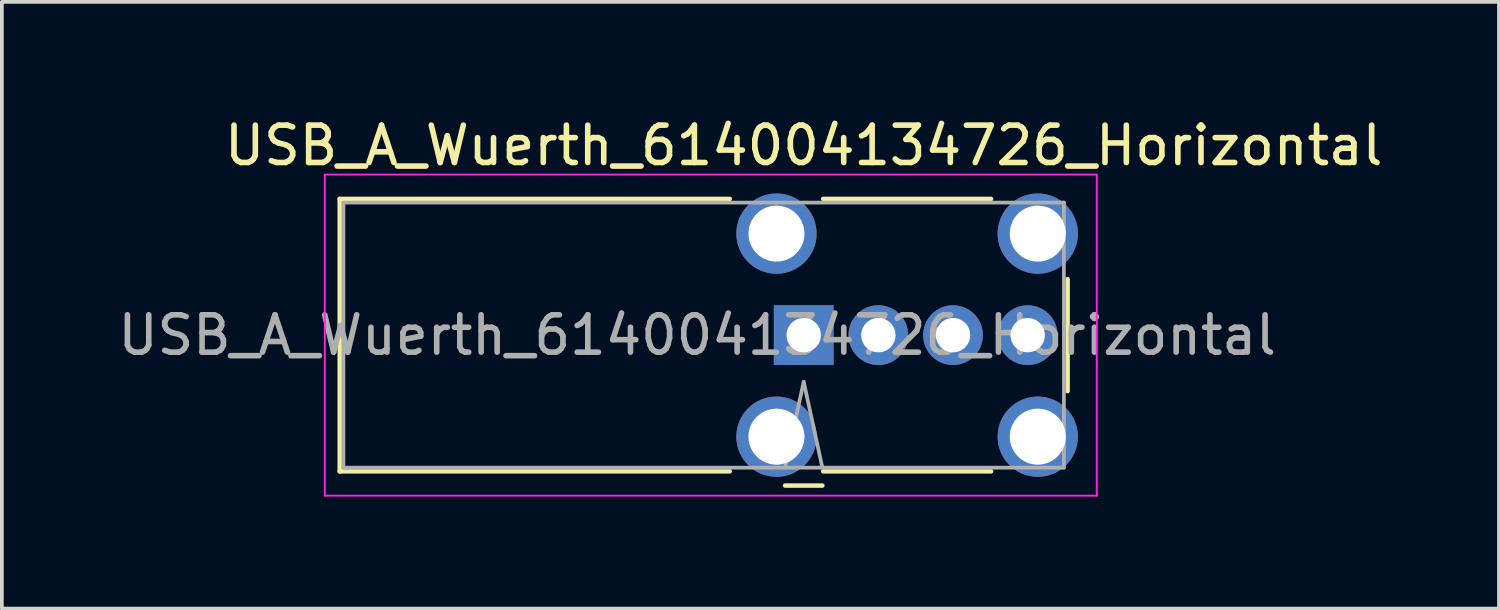
<source format=kicad_pcb>
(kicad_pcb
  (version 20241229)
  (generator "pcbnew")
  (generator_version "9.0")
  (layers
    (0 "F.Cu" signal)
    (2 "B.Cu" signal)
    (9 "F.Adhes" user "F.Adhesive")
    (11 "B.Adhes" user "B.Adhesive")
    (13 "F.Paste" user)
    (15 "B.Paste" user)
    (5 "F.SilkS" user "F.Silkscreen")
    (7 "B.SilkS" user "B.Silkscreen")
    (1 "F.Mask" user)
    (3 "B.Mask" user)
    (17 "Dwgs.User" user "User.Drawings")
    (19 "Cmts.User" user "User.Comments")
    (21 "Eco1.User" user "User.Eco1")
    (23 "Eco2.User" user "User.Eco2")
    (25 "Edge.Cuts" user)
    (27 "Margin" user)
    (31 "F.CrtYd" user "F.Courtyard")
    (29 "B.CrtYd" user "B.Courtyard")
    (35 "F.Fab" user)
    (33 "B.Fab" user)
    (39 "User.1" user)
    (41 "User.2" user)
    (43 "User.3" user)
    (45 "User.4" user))
  (footprint "USB_A_Wuerth_614004134726_Horizontal"
    (layer "F.Cu")
    (at 18.48 5.928)
    (property "Reference" "USB_A_Wuerth_614004134726_Horizontal" (at 0 -5.08 0) (layer "F.SilkS") (effects (font (size 1 1) (thickness 0.15))))
    (attr through_hole)
    (fp_line (start -12.43 -3.65) (end -12.43 3.65) (stroke (width 0.12) (type solid)) (layer "F.SilkS"))
    (fp_line (start -12.43 -3.65) (end -1.98 -3.65) (stroke (width 0.12) (type solid)) (layer "F.SilkS"))
    (fp_line (start -12.43 3.65) (end -1.98 3.65) (stroke (width 0.12) (type solid)) (layer "F.SilkS"))
    (fp_line (start -0.5 4.03) (end 0.5 4.03) (stroke (width 0.12) (type solid)) (layer "F.SilkS"))
    (fp_line (start 0.52 -3.65) (end 5.02 -3.65) (stroke (width 0.12) (type solid)) (layer "F.SilkS"))
    (fp_line (start 0.52 3.65) (end 5.02 3.65) (stroke (width 0.12) (type solid)) (layer "F.SilkS"))
    (fp_line (start 7.07 -1.5) (end 7.07 1.5) (stroke (width 0.12) (type solid)) (layer "F.SilkS"))
    (fp_line (start -12.83 -4.3) (end 7.85 -4.3) (stroke (width 0.05) (type solid)) (layer "F.CrtYd"))
    (fp_line (start -12.83 4.3) (end -12.83 -4.3) (stroke (width 0.05) (type solid)) (layer "F.CrtYd"))
    (fp_line (start 7.85 -4.3) (end 7.85 4.3) (stroke (width 0.05) (type solid)) (layer "F.CrtYd"))
    (fp_line (start 7.85 4.3) (end -12.83 4.3) (stroke (width 0.05) (type solid)) (layer "F.CrtYd"))
    (fp_line (start -12.33 -3.55) (end 6.97 -3.55) (stroke (width 0.1) (type solid)) (layer "F.Fab"))
    (fp_line (start -12.33 3.55) (end -12.33 -3.55) (stroke (width 0.1) (type solid)) (layer "F.Fab"))
    (fp_line (start -0.5 3.55) (end 0 1.25) (stroke (width 0.1) (type solid)) (layer "F.Fab"))
    (fp_line (start 0 1.25) (end 0.5 3.55) (stroke (width 0.1) (type solid)) (layer "F.Fab"))
    (fp_line (start 6.97 -3.55) (end 6.97 3.55) (stroke (width 0.1) (type solid)) (layer "F.Fab"))
    (fp_line (start 6.97 3.55) (end -12.33 3.55) (stroke (width 0.1) (type solid)) (layer "F.Fab"))
    (fp_text user "${REFERENCE}" (at -2.855 0 0) (layer "F.Fab") (effects (font (size 1 1) (thickness 0.15))))
    (pad "1" thru_hole rect (at 0 0) (size 1.6 1.6) (drill 0.92) (layers "*.Cu" "*.Mask"))
    (pad "2" thru_hole circle (at 2 0) (size 1.6 1.6) (drill 0.92) (layers "*.Cu" "*.Mask"))
    (pad "3" thru_hole circle (at 4 0) (size 1.6 1.6) (drill 0.92) (layers "*.Cu" "*.Mask"))
    (pad "4" thru_hole circle (at 6 0) (size 1.6 1.6) (drill 0.92) (layers "*.Cu" "*.Mask"))
    (pad "5" thru_hole circle (at -0.73 -2.72) (size 2.15 2.15) (drill 1.5) (layers "*.Cu" "*.Mask"))
    (pad "5" thru_hole circle (at -0.73 2.72) (size 2.15 2.15) (drill 1.5) (layers "*.Cu" "*.Mask"))
    (pad "5" thru_hole circle (at 6.27 -2.72) (size 2.15 2.15) (drill 1.5) (layers "*.Cu" "*.Mask"))
    (pad "5" thru_hole circle (at 6.27 2.72) (size 2.15 2.15) (drill 1.5) (layers "*.Cu" "*.Mask")))
  (gr_rect
    (start -3 -3)
    (end 37.105 13.253)
    (stroke (width 0.1) (type default))
    (fill no)
    (layer "Edge.Cuts")))
</source>
